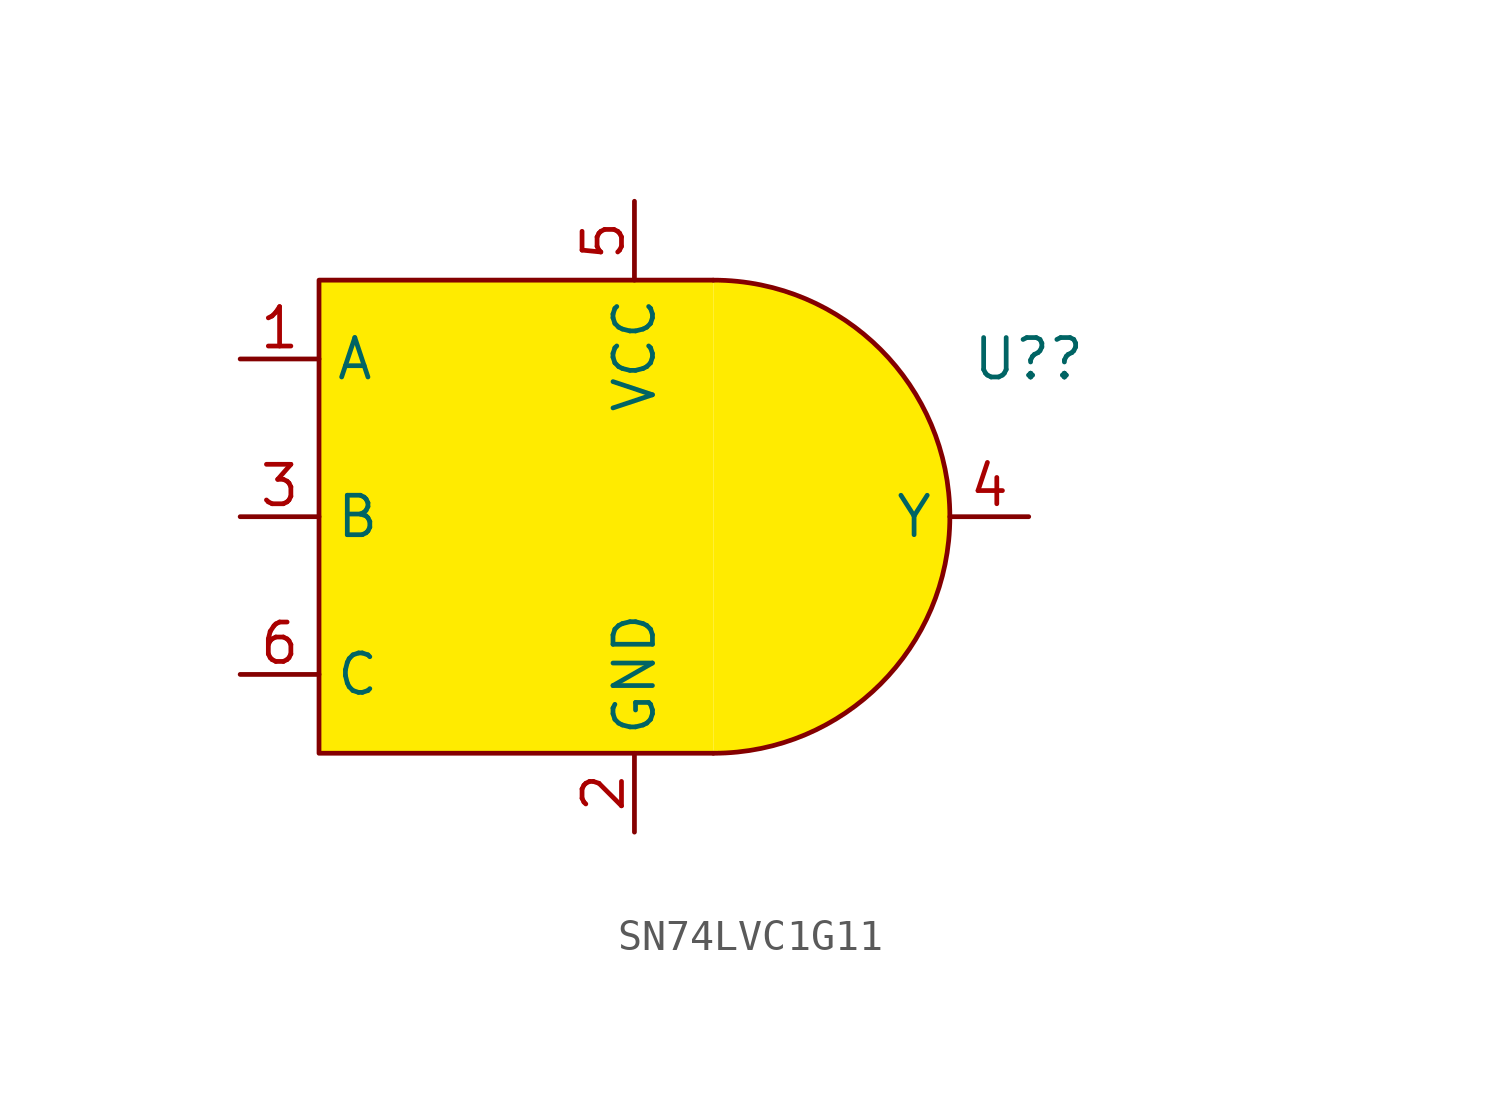
<source format=kicad_sym>
(kicad_symbol_lib
  (version 20241209)
  (generator "kicad_symbol_editor")
  (generator_version "9.0")
  (symbol "SN74LVC1G11"
    (property "Reference" "U?"
      (at -7.62 15.24 0)
      (effects (font (size 1.27 1.27))))
    (property "Value" ""
      (at 0 0 0)
      (effects (font (size 1.27 1.27))))
    (symbol "SN74LVC1G11_1_1"
      (polyline (pts (xy -17.78 17.78) (xy -30.48 17.78) (xy -30.48 2.54) (xy -17.78 2.54)) (stroke (width 0) (type solid)) (fill (type color) (color 255 235 0 1)))
      (arc (start -17.78 17.78) (mid -10.16 10.16) (end -17.78 2.54) (stroke (width 0) (type solid)) (fill (type color) (color 255 235 0 1)))
      (pin input line (at -33.02 15.24 0) (length 2.54) (name "A" (effects (font (size 1.27 1.27)))) (number "1" (effects (font (size 1.27 1.27)))))
      (pin input line (at -33.02 10.16 0) (length 2.54) (name "B" (effects (font (size 1.27 1.27)))) (number "3" (effects (font (size 1.27 1.27)))))
      (pin input line (at -33.02 5.08 0) (length 2.54) (name "C" (effects (font (size 1.27 1.27)))) (number "6" (effects (font (size 1.27 1.27)))))
      (pin power_in line (at -20.32 20.32 270) (length 2.54) (name "VCC" (effects (font (size 1.27 1.27)))) (number "5" (effects (font (size 1.27 1.27)))))
      (pin power_in line (at -20.32 0 90) (length 2.54) (name "GND" (effects (font (size 1.27 1.27)))) (number "2" (effects (font (size 1.27 1.27)))))
      (pin output line (at -7.62 10.16 180) (length 2.54) (name "Y" (effects (font (size 1.27 1.27)))) (number "4" (effects (font (size 1.27 1.27))))))))
</source>
